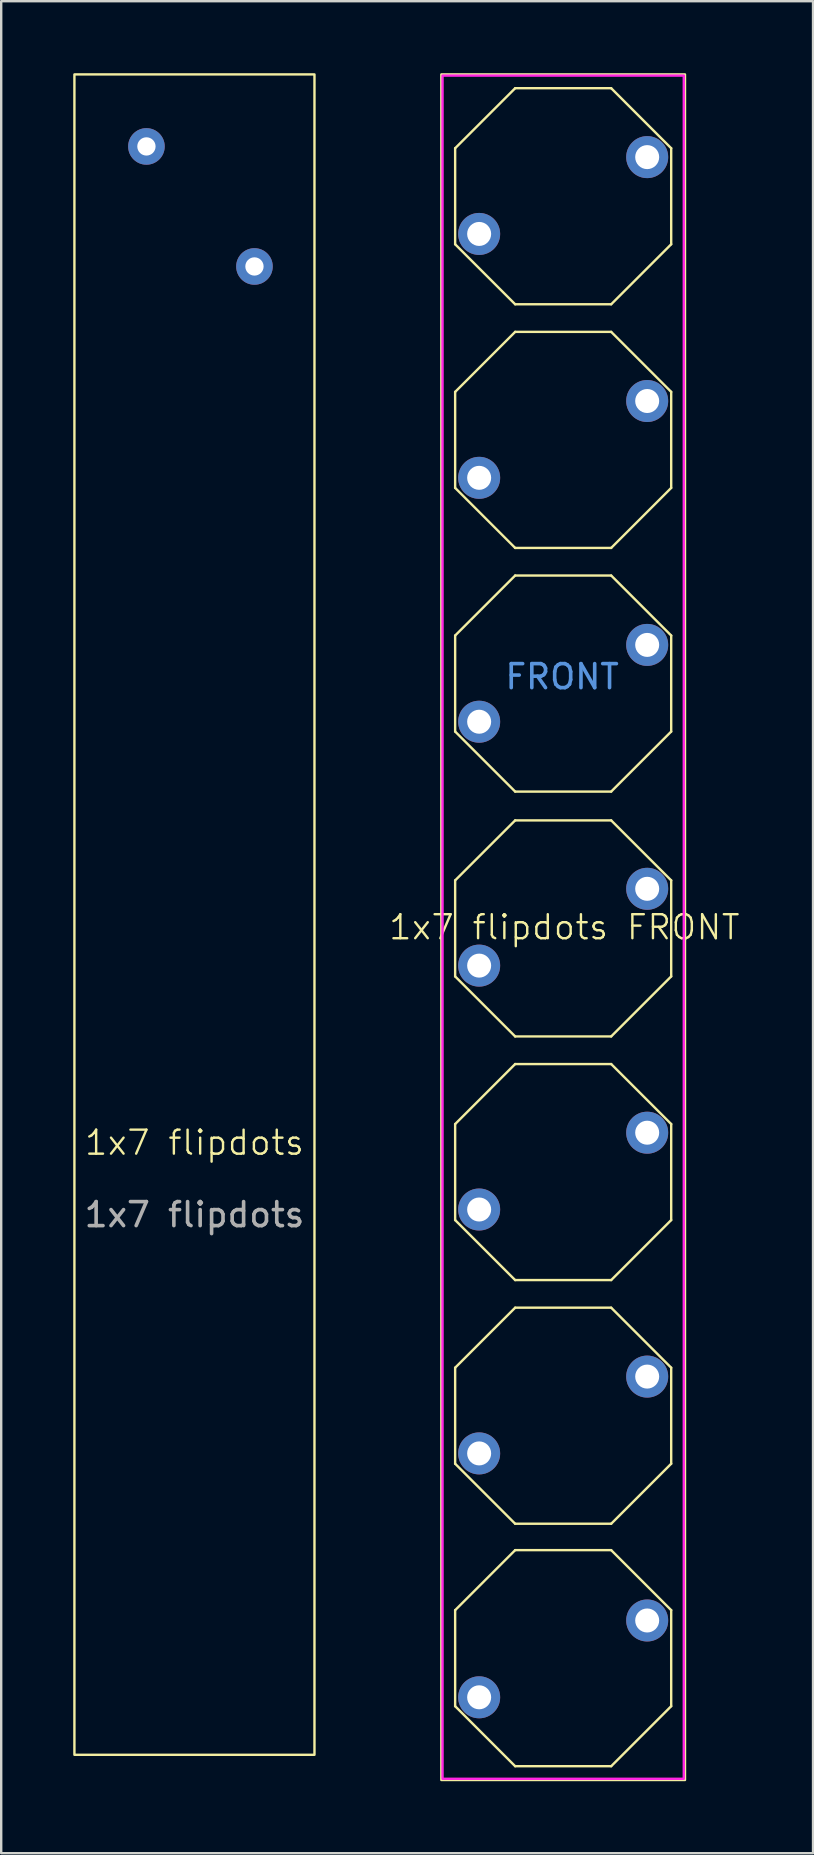
<source format=kicad_pcb>
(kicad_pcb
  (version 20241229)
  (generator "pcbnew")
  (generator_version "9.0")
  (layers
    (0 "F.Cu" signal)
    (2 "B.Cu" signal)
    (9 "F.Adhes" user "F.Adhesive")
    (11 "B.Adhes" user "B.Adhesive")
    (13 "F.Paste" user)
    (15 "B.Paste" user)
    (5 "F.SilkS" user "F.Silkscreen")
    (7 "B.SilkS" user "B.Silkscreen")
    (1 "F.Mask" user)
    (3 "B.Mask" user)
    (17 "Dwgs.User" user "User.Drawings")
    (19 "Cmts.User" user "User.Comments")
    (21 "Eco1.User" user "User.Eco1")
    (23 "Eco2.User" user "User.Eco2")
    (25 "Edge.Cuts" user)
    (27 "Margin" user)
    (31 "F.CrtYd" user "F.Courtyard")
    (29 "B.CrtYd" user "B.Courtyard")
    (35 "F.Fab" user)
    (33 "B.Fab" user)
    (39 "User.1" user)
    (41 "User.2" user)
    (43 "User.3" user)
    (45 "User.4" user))
  (footprint "1x7 flipdots"
    (layer "F.Cu")
    (at 5.05 45.05)
    (property "Reference" "1x7 flipdots" (at 0 -0.5 0) (unlocked yes) (layer "F.SilkS") (effects (font (size 1 1) (thickness 0.1))))
    (attr through_hole)
    (fp_rect (start -5 -45) (end 5 25) (stroke (width 0.1) (type default)) (fill no) (layer "F.SilkS"))
    (fp_text user "${REFERENCE}" (at 0 2.5 0) (unlocked yes) (layer "F.Fab") (effects (font (size 1 1) (thickness 0.15))))
    (pad "1" thru_hole circle (at -2 -42) (size 1.524 1.524) (drill 0.762) (layers "*.Cu" "*.Mask"))
    (pad "2" thru_hole circle (at 2.5 -37) (size 1.524 1.524) (drill 0.762) (layers "*.Cu" "*.Mask")))
  (footprint "1x7 flipdots FRONT"
    (layer "F.Cu")
    (at 20.41 35.575)
    (property "Reference" "1x7 flipdots FRONT" (at 0.05 0 0) (unlocked yes) (layer "F.SilkS") (effects (font (size 1 1) (thickness 0.1))))
    (attr through_hole)
    (fp_line (start -4.5 -32.45) (end -2 -34.95) (stroke (width 0.1) (type default)) (layer "F.SilkS"))
    (fp_line (start -4.5 -28.45) (end -4.5 -32.45) (stroke (width 0.1) (type default)) (layer "F.SilkS"))
    (fp_line (start -4.5 -22.3) (end -2 -24.8) (stroke (width 0.1) (type default)) (layer "F.SilkS"))
    (fp_line (start -4.5 -18.3) (end -4.5 -22.3) (stroke (width 0.1) (type default)) (layer "F.SilkS"))
    (fp_line (start -4.5 -12.15) (end -2 -14.65) (stroke (width 0.1) (type default)) (layer "F.SilkS"))
    (fp_line (start -4.5 -8.15) (end -4.5 -12.15) (stroke (width 0.1) (type default)) (layer "F.SilkS"))
    (fp_line (start -4.5 -1.95) (end -2 -4.45) (stroke (width 0.1) (type default)) (layer "F.SilkS"))
    (fp_line (start -4.5 2.05) (end -4.5 -1.95) (stroke (width 0.1) (type default)) (layer "F.SilkS"))
    (fp_line (start -4.5 8.2) (end -2 5.7) (stroke (width 0.1) (type default)) (layer "F.SilkS"))
    (fp_line (start -4.5 12.2) (end -4.5 8.2) (stroke (width 0.1) (type default)) (layer "F.SilkS"))
    (fp_line (start -4.5 18.35) (end -2 15.85) (stroke (width 0.1) (type default)) (layer "F.SilkS"))
    (fp_line (start -4.5 22.35) (end -4.5 18.35) (stroke (width 0.1) (type default)) (layer "F.SilkS"))
    (fp_line (start -4.5 28.45) (end -2 25.95) (stroke (width 0.1) (type default)) (layer "F.SilkS"))
    (fp_line (start -4.5 32.45) (end -4.5 28.45) (stroke (width 0.1) (type default)) (layer "F.SilkS"))
    (fp_line (start -2 -34.95) (end 2 -34.95) (stroke (width 0.1) (type default)) (layer "F.SilkS"))
    (fp_line (start -2 -25.95) (end -4.5 -28.45) (stroke (width 0.1) (type default)) (layer "F.SilkS"))
    (fp_line (start -2 -24.8) (end 2 -24.8) (stroke (width 0.1) (type default)) (layer "F.SilkS"))
    (fp_line (start -2 -15.8) (end -4.5 -18.3) (stroke (width 0.1) (type default)) (layer "F.SilkS"))
    (fp_line (start -2 -14.65) (end 2 -14.65) (stroke (width 0.1) (type default)) (layer "F.SilkS"))
    (fp_line (start -2 -5.65) (end -4.5 -8.15) (stroke (width 0.1) (type default)) (layer "F.SilkS"))
    (fp_line (start -2 -4.45) (end 2 -4.45) (stroke (width 0.1) (type default)) (layer "F.SilkS"))
    (fp_line (start -2 4.55) (end -4.5 2.05) (stroke (width 0.1) (type default)) (layer "F.SilkS"))
    (fp_line (start -2 5.7) (end 2 5.7) (stroke (width 0.1) (type default)) (layer "F.SilkS"))
    (fp_line (start -2 14.7) (end -4.5 12.2) (stroke (width 0.1) (type default)) (layer "F.SilkS"))
    (fp_line (start -2 15.85) (end 2 15.85) (stroke (width 0.1) (type default)) (layer "F.SilkS"))
    (fp_line (start -2 24.85) (end -4.5 22.35) (stroke (width 0.1) (type default)) (layer "F.SilkS"))
    (fp_line (start -2 25.95) (end 2 25.95) (stroke (width 0.1) (type default)) (layer "F.SilkS"))
    (fp_line (start -2 34.95) (end -4.5 32.45) (stroke (width 0.1) (type default)) (layer "F.SilkS"))
    (fp_line (start 2 -34.95) (end 4.5 -32.45) (stroke (width 0.1) (type default)) (layer "F.SilkS"))
    (fp_line (start 2 -25.95) (end -2 -25.95) (stroke (width 0.1) (type default)) (layer "F.SilkS"))
    (fp_line (start 2 -24.8) (end 4.5 -22.3) (stroke (width 0.1) (type default)) (layer "F.SilkS"))
    (fp_line (start 2 -15.8) (end -2 -15.8) (stroke (width 0.1) (type default)) (layer "F.SilkS"))
    (fp_line (start 2 -14.65) (end 4.5 -12.15) (stroke (width 0.1) (type default)) (layer "F.SilkS"))
    (fp_line (start 2 -5.65) (end -2 -5.65) (stroke (width 0.1) (type default)) (layer "F.SilkS"))
    (fp_line (start 2 -4.45) (end 4.5 -1.95) (stroke (width 0.1) (type default)) (layer "F.SilkS"))
    (fp_line (start 2 4.55) (end -2 4.55) (stroke (width 0.1) (type default)) (layer "F.SilkS"))
    (fp_line (start 2 5.7) (end 4.5 8.2) (stroke (width 0.1) (type default)) (layer "F.SilkS"))
    (fp_line (start 2 14.7) (end -2 14.7) (stroke (width 0.1) (type default)) (layer "F.SilkS"))
    (fp_line (start 2 15.85) (end 4.5 18.35) (stroke (width 0.1) (type default)) (layer "F.SilkS"))
    (fp_line (start 2 24.85) (end -2 24.85) (stroke (width 0.1) (type default)) (layer "F.SilkS"))
    (fp_line (start 2 25.95) (end 4.5 28.45) (stroke (width 0.1) (type default)) (layer "F.SilkS"))
    (fp_line (start 2 34.95) (end -2 34.95) (stroke (width 0.1) (type default)) (layer "F.SilkS"))
    (fp_line (start 4.5 -32.45) (end 4.5 -28.45) (stroke (width 0.1) (type default)) (layer "F.SilkS"))
    (fp_line (start 4.5 -28.45) (end 2 -25.95) (stroke (width 0.1) (type default)) (layer "F.SilkS"))
    (fp_line (start 4.5 -22.3) (end 4.5 -18.3) (stroke (width 0.1) (type default)) (layer "F.SilkS"))
    (fp_line (start 4.5 -18.3) (end 2 -15.8) (stroke (width 0.1) (type default)) (layer "F.SilkS"))
    (fp_line (start 4.5 -12.15) (end 4.5 -8.15) (stroke (width 0.1) (type default)) (layer "F.SilkS"))
    (fp_line (start 4.5 -8.15) (end 2 -5.65) (stroke (width 0.1) (type default)) (layer "F.SilkS"))
    (fp_line (start 4.5 -1.95) (end 4.5 2.05) (stroke (width 0.1) (type default)) (layer "F.SilkS"))
    (fp_line (start 4.5 2.05) (end 2 4.55) (stroke (width 0.1) (type default)) (layer "F.SilkS"))
    (fp_line (start 4.5 8.2) (end 4.5 12.2) (stroke (width 0.1) (type default)) (layer "F.SilkS"))
    (fp_line (start 4.5 12.2) (end 2 14.7) (stroke (width 0.1) (type default)) (layer "F.SilkS"))
    (fp_line (start 4.5 18.35) (end 4.5 22.35) (stroke (width 0.1) (type default)) (layer "F.SilkS"))
    (fp_line (start 4.5 22.35) (end 2 24.85) (stroke (width 0.1) (type default)) (layer "F.SilkS"))
    (fp_line (start 4.5 28.45) (end 4.5 32.45) (stroke (width 0.1) (type default)) (layer "F.SilkS"))
    (fp_line (start 4.5 32.45) (end 2 34.95) (stroke (width 0.1) (type default)) (layer "F.SilkS"))
    (fp_rect (start -5.075 -35.525) (end 5.075 35.525) (stroke (width 0.1) (type default)) (fill no) (layer "F.SilkS"))
    (fp_rect (start -5.025 -35.475) (end 5.025 35.475) (stroke (width 0.1) (type default)) (fill no) (layer "F.CrtYd"))
    (fp_text user "FRONT" (at -2.5 -9.85 0) (unlocked yes) (layer "Cmts.User") (effects (font (size 1 1) (thickness 0.15)) (justify left bottom)))
    (pad "1-UA" thru_hole circle (at 3.5 -32.08 270) (size 1.75 1.75) (drill 1) (layers "*.Cu" "*.Mask"))
    (pad "1-UB" thru_hole circle (at 3.5 -21.92 270) (size 1.75 1.75) (drill 1) (layers "*.Cu" "*.Mask"))
    (pad "1-UC" thru_hole circle (at 3.5 -11.76 270) (size 1.75 1.75) (drill 1) (layers "*.Cu" "*.Mask"))
    (pad "1-UD" thru_hole circle (at 3.5 -1.6 270) (size 1.75 1.75) (drill 1) (layers "*.Cu" "*.Mask"))
    (pad "1-UE" thru_hole circle (at 3.5 8.56 270) (size 1.75 1.75) (drill 1) (layers "*.Cu" "*.Mask"))
    (pad "1-UF" thru_hole circle (at 3.5 18.72 270) (size 1.75 1.75) (drill 1) (layers "*.Cu" "*.Mask"))
    (pad "1-UG" thru_hole circle (at 3.5 28.88 270) (size 1.75 1.75) (drill 1) (layers "*.Cu" "*.Mask"))
    (pad "2-UA" thru_hole circle (at -3.5 -28.88 270) (size 1.75 1.75) (drill 1) (layers "*.Cu" "*.Mask"))
    (pad "2-UB" thru_hole circle (at -3.5 -18.72 270) (size 1.75 1.75) (drill 1) (layers "*.Cu" "*.Mask"))
    (pad "2-UC" thru_hole circle (at -3.5 -8.56 270) (size 1.75 1.75) (drill 1) (layers "*.Cu" "*.Mask"))
    (pad "2-UD" thru_hole circle (at -3.5 1.6 270) (size 1.75 1.75) (drill 1) (layers "*.Cu" "*.Mask"))
    (pad "2-UE" thru_hole circle (at -3.5 11.76 270) (size 1.75 1.75) (drill 1) (layers "*.Cu" "*.Mask"))
    (pad "2-UF" thru_hole circle (at -3.5 21.92 270) (size 1.75 1.75) (drill 1) (layers "*.Cu" "*.Mask"))
    (pad "2-UG" thru_hole circle (at -3.5 32.08 270) (size 1.75 1.75) (drill 1) (layers "*.Cu" "*.Mask")))
  (gr_rect
    (start -3 -3)
    (end 30.819 74.15)
    (stroke (width 0.1) (type default))
    (fill no)
    (layer "Edge.Cuts")))
</source>
